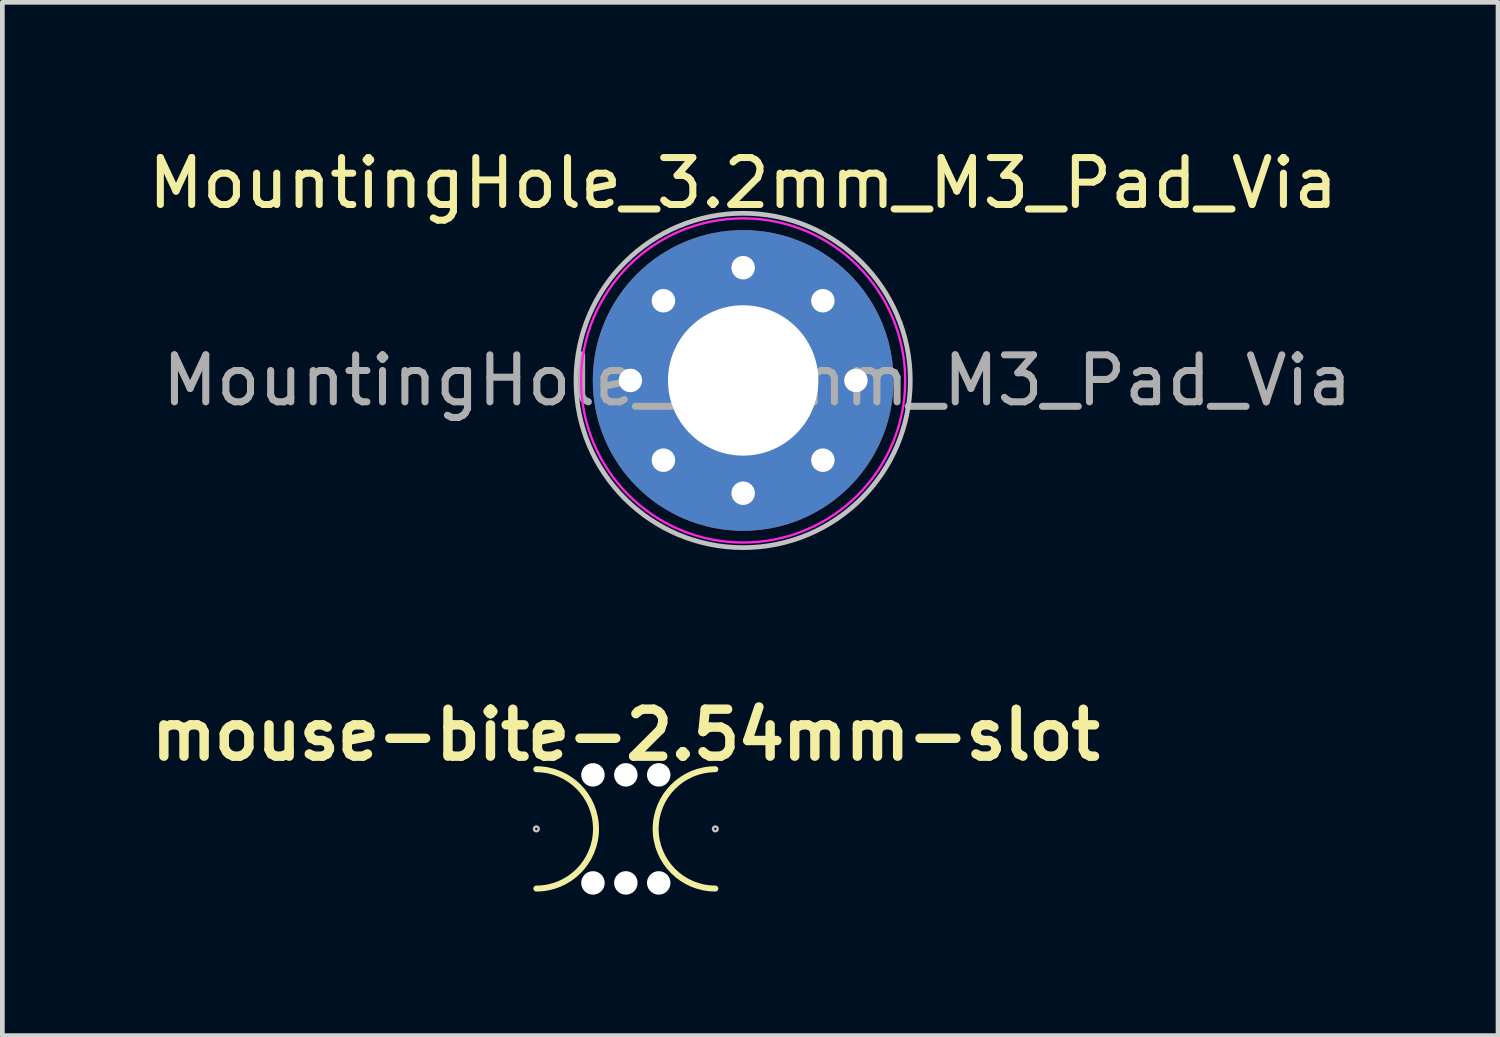
<source format=kicad_pcb>
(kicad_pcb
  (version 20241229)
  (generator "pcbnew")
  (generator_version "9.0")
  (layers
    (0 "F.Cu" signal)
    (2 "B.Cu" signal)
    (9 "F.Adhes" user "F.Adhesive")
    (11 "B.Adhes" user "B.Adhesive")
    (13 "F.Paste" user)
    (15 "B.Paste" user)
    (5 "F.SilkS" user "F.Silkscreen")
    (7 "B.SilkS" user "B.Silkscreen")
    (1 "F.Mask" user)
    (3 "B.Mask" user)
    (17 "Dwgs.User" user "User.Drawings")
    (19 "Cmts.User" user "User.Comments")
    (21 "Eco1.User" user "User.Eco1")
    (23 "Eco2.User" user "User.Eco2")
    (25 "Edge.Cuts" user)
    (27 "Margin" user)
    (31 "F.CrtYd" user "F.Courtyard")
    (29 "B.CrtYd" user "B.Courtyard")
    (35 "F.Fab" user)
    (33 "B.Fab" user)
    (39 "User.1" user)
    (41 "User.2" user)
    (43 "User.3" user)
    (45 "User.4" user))
  (footprint "mouse-bite-2.54mm-slot"
    (layer "F.Cu")
    (at 10.271 14.593)
    (property "Reference" "mouse-bite-2.54mm-slot" (at 0 -2 0) (layer "F.SilkS") (effects (font (size 1 1) (thickness 0.2))))
    (attr through_hole)
    (fp_arc (start -1.905 -1.27) (mid -0.635 0) (end -1.905 1.27) (stroke (width 0.127) (type solid)) (layer "F.SilkS"))
    (fp_arc (start 1.905 1.27) (mid 0.635 0) (end 1.905 -1.27) (stroke (width 0.127) (type solid)) (layer "F.SilkS"))
    (fp_circle (center -1.905 0) (end -1.905 0.051) (stroke (width 0.051) (type solid)) (fill no) (layer "Dwgs.User"))
    (fp_circle (center 1.905 0) (end 1.905 -0.051) (stroke (width 0.051) (type solid)) (fill no) (layer "Dwgs.User"))
    (pad "" np_thru_hole circle (at -0.7 -1.15) (size 0.5 0.5) (drill 0.5) (layers "*.Cu" "*.Mask"))
    (pad "" np_thru_hole circle (at -0.7 1.15) (size 0.5 0.5) (drill 0.5) (layers "*.Cu" "*.Mask"))
    (pad "" np_thru_hole circle (at 0 -1.15) (size 0.5 0.5) (drill 0.5) (layers "*.Cu" "*.Mask"))
    (pad "" np_thru_hole circle (at 0 1.15) (size 0.5 0.5) (drill 0.5) (layers "*.Cu" "*.Mask"))
    (pad "" np_thru_hole circle (at 0.7 -1.15) (size 0.5 0.5) (drill 0.5) (layers "*.Cu" "*.Mask"))
    (pad "" np_thru_hole circle (at 0.7 1.15) (size 0.5 0.5) (drill 0.5) (layers "*.Cu" "*.Mask")))
  (footprint "MountingHole_3.2mm_M3_Pad_Via"
    (layer "F.Cu")
    (at 12.768 5.048)
    (property "Reference" "MountingHole_3.2mm_M3_Pad_Via" (at 0 -4.2 0) (layer "F.SilkS") (effects (font (size 1 1) (thickness 0.15))))
    (attr exclude_from_pos_files exclude_from_bom)
    (fp_circle (center 0 0) (end 3.556 0.127) (stroke (width 0.1) (type solid)) (fill no) (layer "Dwgs.User"))
    (fp_circle (center 0 0) (end 3.45 0) (stroke (width 0.05) (type solid)) (fill no) (layer "F.CrtYd"))
    (fp_text user "${REFERENCE}" (at 0.3 0 0) (layer "F.Fab") (effects (font (size 1 1) (thickness 0.15))))
    (pad "1" thru_hole circle (at -2.4 0) (size 0.8 0.8) (drill 0.5) (layers "*.Cu" "*.Mask"))
    (pad "1" thru_hole circle (at -1.697 -1.697) (size 0.8 0.8) (drill 0.5) (layers "*.Cu" "*.Mask"))
    (pad "1" thru_hole circle (at -1.697 1.697) (size 0.8 0.8) (drill 0.5) (layers "*.Cu" "*.Mask"))
    (pad "1" thru_hole circle (at 0 -2.4) (size 0.8 0.8) (drill 0.5) (layers "*.Cu" "*.Mask"))
    (pad "1" thru_hole circle (at 0 0) (size 6.4 6.4) (drill 3.2) (layers "*.Cu" "*.Mask"))
    (pad "1" thru_hole circle (at 0 2.4) (size 0.8 0.8) (drill 0.5) (layers "*.Cu" "*.Mask"))
    (pad "1" thru_hole circle (at 1.697 -1.697) (size 0.8 0.8) (drill 0.5) (layers "*.Cu" "*.Mask"))
    (pad "1" thru_hole circle (at 1.697 1.697) (size 0.8 0.8) (drill 0.5) (layers "*.Cu" "*.Mask"))
    (pad "1" thru_hole circle (at 2.4 0) (size 0.8 0.8) (drill 0.5) (layers "*.Cu" "*.Mask")))
  (gr_rect
    (start -3 -3)
    (end 28.836 18.993)
    (stroke (width 0.1) (type default))
    (fill no)
    (layer "Edge.Cuts")))
</source>
